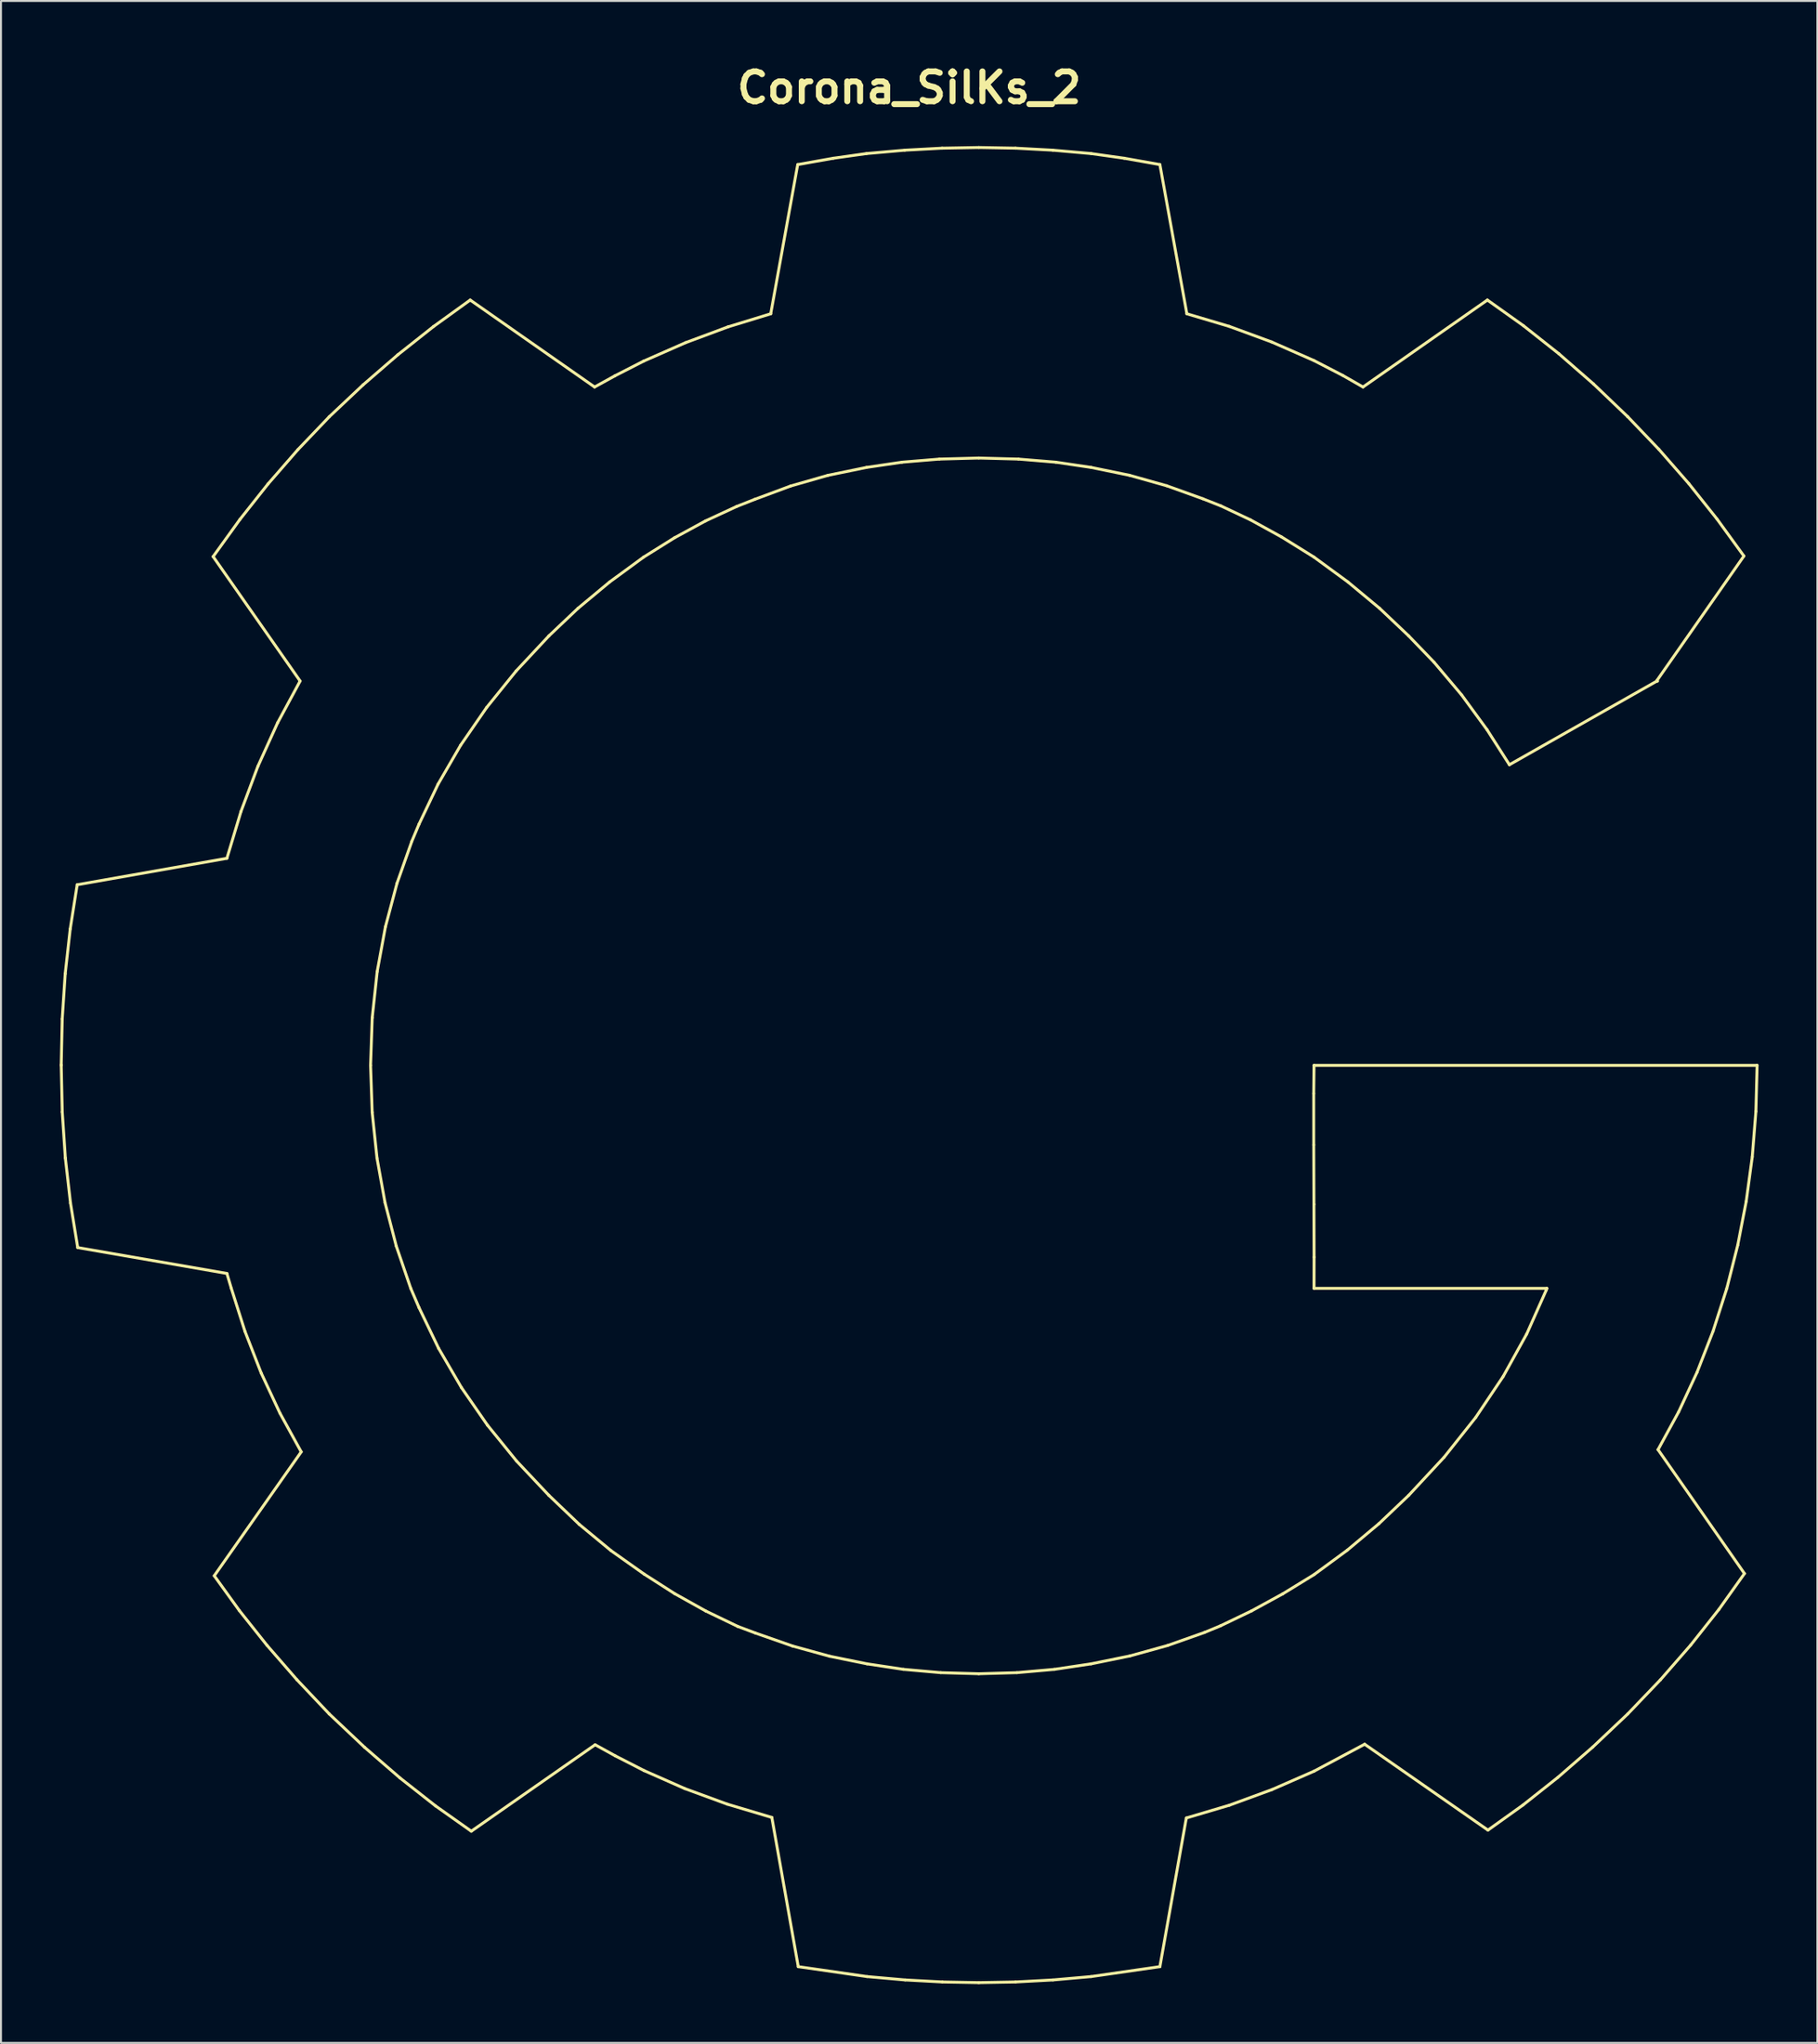
<source format=kicad_pcb>
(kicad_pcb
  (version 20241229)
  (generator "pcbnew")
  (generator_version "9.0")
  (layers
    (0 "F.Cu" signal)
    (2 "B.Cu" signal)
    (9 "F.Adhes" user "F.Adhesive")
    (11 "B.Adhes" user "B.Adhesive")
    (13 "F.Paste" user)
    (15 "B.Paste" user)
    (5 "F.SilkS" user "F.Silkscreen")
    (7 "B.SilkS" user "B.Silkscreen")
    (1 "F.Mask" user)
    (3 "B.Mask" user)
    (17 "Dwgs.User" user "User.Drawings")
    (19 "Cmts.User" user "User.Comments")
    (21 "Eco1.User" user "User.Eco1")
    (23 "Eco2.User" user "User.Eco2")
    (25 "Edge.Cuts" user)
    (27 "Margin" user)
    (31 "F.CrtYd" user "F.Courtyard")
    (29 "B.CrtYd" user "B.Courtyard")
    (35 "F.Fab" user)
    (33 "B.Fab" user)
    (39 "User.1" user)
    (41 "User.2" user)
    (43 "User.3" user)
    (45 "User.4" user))
  (footprint "Corona_SilKs_2"
    (layer "F.Cu")
    (at 43.339 51.278)
    (property "Reference" "Corona_SilKs_2" (at 0 -49.852 0) (layer "F.SilkS") (effects (font (size 1.524 1.524) (thickness 0.305))))
    (attr smd)
    (fp_line (start -43.265 -0.014) (end -43.214 -2.347) (stroke (width 0.149) (type solid)) (layer "F.SilkS"))
    (fp_line (start -43.265 0.014) (end -43.265 -0.014) (stroke (width 0.149) (type solid)) (layer "F.SilkS"))
    (fp_line (start -43.214 -2.347) (end -43.062 -4.655) (stroke (width 0.149) (type solid)) (layer "F.SilkS"))
    (fp_line (start -43.212 2.396) (end -43.265 0.014) (stroke (width 0.149) (type solid)) (layer "F.SilkS"))
    (fp_line (start -43.062 -4.655) (end -42.807 -6.939) (stroke (width 0.149) (type solid)) (layer "F.SilkS"))
    (fp_line (start -43.055 4.739) (end -43.212 2.396) (stroke (width 0.149) (type solid)) (layer "F.SilkS"))
    (fp_line (start -42.807 -6.939) (end -42.451 -9.198) (stroke (width 0.149) (type solid)) (layer "F.SilkS"))
    (fp_line (start -42.791 7.044) (end -43.055 4.739) (stroke (width 0.149) (type solid)) (layer "F.SilkS"))
    (fp_line (start -42.451 -9.198) (end -34.812 -10.546) (stroke (width 0.149) (type solid)) (layer "F.SilkS"))
    (fp_line (start -42.423 9.31) (end -42.791 7.044) (stroke (width 0.149) (type solid)) (layer "F.SilkS"))
    (fp_line (start -35.514 -25.937) (end -34.153 -27.825) (stroke (width 0.149) (type solid)) (layer "F.SilkS"))
    (fp_line (start -35.457 26.05) (end -31.02 19.73) (stroke (width 0.149) (type solid)) (layer "F.SilkS"))
    (fp_line (start -34.812 -10.546) (end -34.094 -12.933) (stroke (width 0.149) (type solid)) (layer "F.SilkS"))
    (fp_line (start -34.812 10.63) (end -42.423 9.31) (stroke (width 0.149) (type solid)) (layer "F.SilkS"))
    (fp_line (start -34.587 11.389) (end -34.812 10.63) (stroke (width 0.149) (type solid)) (layer "F.SilkS"))
    (fp_line (start -34.174 27.828) (end -35.457 26.05) (stroke (width 0.149) (type solid)) (layer "F.SilkS"))
    (fp_line (start -34.153 -27.825) (end -32.712 -29.644) (stroke (width 0.149) (type solid)) (layer "F.SilkS"))
    (fp_line (start -34.094 -12.933) (end -33.232 -15.236) (stroke (width 0.149) (type solid)) (layer "F.SilkS"))
    (fp_line (start -33.89 13.584) (end -34.587 11.389) (stroke (width 0.149) (type solid)) (layer "F.SilkS"))
    (fp_line (start -33.232 -15.236) (end -32.226 -17.455) (stroke (width 0.149) (type solid)) (layer "F.SilkS"))
    (fp_line (start -33.063 15.707) (end -33.89 13.584) (stroke (width 0.149) (type solid)) (layer "F.SilkS"))
    (fp_line (start -32.768 29.595) (end -34.174 27.828) (stroke (width 0.149) (type solid)) (layer "F.SilkS"))
    (fp_line (start -32.712 -29.644) (end -31.19 -31.392) (stroke (width 0.149) (type solid)) (layer "F.SilkS"))
    (fp_line (start -32.226 -17.455) (end -31.076 -19.589) (stroke (width 0.149) (type solid)) (layer "F.SilkS"))
    (fp_line (start -32.106 17.755) (end -33.063 15.707) (stroke (width 0.149) (type solid)) (layer "F.SilkS"))
    (fp_line (start -31.24 31.352) (end -32.768 29.595) (stroke (width 0.149) (type solid)) (layer "F.SilkS"))
    (fp_line (start -31.19 -31.392) (end -29.588 -33.07) (stroke (width 0.149) (type solid)) (layer "F.SilkS"))
    (fp_line (start -31.076 -19.589) (end -35.514 -25.937) (stroke (width 0.149) (type solid)) (layer "F.SilkS"))
    (fp_line (start -31.02 19.73) (end -32.106 17.755) (stroke (width 0.149) (type solid)) (layer "F.SilkS"))
    (fp_line (start -29.588 -33.07) (end -27.864 -34.696) (stroke (width 0.149) (type solid)) (layer "F.SilkS"))
    (fp_line (start -29.588 33.099) (end -31.24 31.352) (stroke (width 0.149) (type solid)) (layer "F.SilkS"))
    (fp_line (start -27.864 -34.696) (end -26.091 -36.23) (stroke (width 0.149) (type solid)) (layer "F.SilkS"))
    (fp_line (start -27.787 34.8) (end -29.588 33.099) (stroke (width 0.149) (type solid)) (layer "F.SilkS"))
    (fp_line (start -27.481 0.014) (end -27.399 2.41) (stroke (width 0.149) (type solid)) (layer "F.SilkS"))
    (fp_line (start -27.399 2.41) (end -27.153 4.746) (stroke (width 0.149) (type solid)) (layer "F.SilkS"))
    (fp_line (start -27.397 -2.411) (end -27.481 0.014) (stroke (width 0.149) (type solid)) (layer "F.SilkS"))
    (fp_line (start -27.153 4.746) (end -26.743 7.021) (stroke (width 0.149) (type solid)) (layer "F.SilkS"))
    (fp_line (start -27.144 -4.767) (end -27.397 -2.411) (stroke (width 0.149) (type solid)) (layer "F.SilkS"))
    (fp_line (start -26.743 7.021) (end -26.169 9.235) (stroke (width 0.149) (type solid)) (layer "F.SilkS"))
    (fp_line (start -26.723 -7.053) (end -27.144 -4.767) (stroke (width 0.149) (type solid)) (layer "F.SilkS"))
    (fp_line (start -26.169 9.235) (end -25.431 11.389) (stroke (width 0.149) (type solid)) (layer "F.SilkS"))
    (fp_line (start -26.133 -9.27) (end -26.723 -7.053) (stroke (width 0.149) (type solid)) (layer "F.SilkS"))
    (fp_line (start -26.091 -36.23) (end -24.269 -37.673) (stroke (width 0.149) (type solid)) (layer "F.SilkS"))
    (fp_line (start -25.979 36.364) (end -27.787 34.8) (stroke (width 0.149) (type solid)) (layer "F.SilkS"))
    (fp_line (start -25.431 11.389) (end -25.01 12.371) (stroke (width 0.149) (type solid)) (layer "F.SilkS"))
    (fp_line (start -25.375 -11.417) (end -26.133 -9.27) (stroke (width 0.149) (type solid)) (layer "F.SilkS"))
    (fp_line (start -25.01 -12.287) (end -25.375 -11.417) (stroke (width 0.149) (type solid)) (layer "F.SilkS"))
    (fp_line (start -25.01 12.371) (end -24.008 14.453) (stroke (width 0.149) (type solid)) (layer "F.SilkS"))
    (fp_line (start -24.269 -37.673) (end -22.398 -39.024) (stroke (width 0.149) (type solid)) (layer "F.SilkS"))
    (fp_line (start -24.164 37.791) (end -25.979 36.364) (stroke (width 0.149) (type solid)) (layer "F.SilkS"))
    (fp_line (start -24.035 -14.334) (end -25.01 -12.287) (stroke (width 0.149) (type solid)) (layer "F.SilkS"))
    (fp_line (start -24.008 14.453) (end -22.844 16.452) (stroke (width 0.149) (type solid)) (layer "F.SilkS"))
    (fp_line (start -22.884 -16.318) (end -24.035 -14.334) (stroke (width 0.149) (type solid)) (layer "F.SilkS"))
    (fp_line (start -22.844 16.452) (end -21.518 18.367) (stroke (width 0.149) (type solid)) (layer "F.SilkS"))
    (fp_line (start -22.398 -39.024) (end -16.051 -34.587) (stroke (width 0.149) (type solid)) (layer "F.SilkS"))
    (fp_line (start -22.342 39.08) (end -24.164 37.791) (stroke (width 0.149) (type solid)) (layer "F.SilkS"))
    (fp_line (start -21.559 -18.239) (end -22.884 -16.318) (stroke (width 0.149) (type solid)) (layer "F.SilkS"))
    (fp_line (start -21.518 18.367) (end -20.031 20.199) (stroke (width 0.149) (type solid)) (layer "F.SilkS"))
    (fp_line (start -20.058 -20.097) (end -21.559 -18.239) (stroke (width 0.149) (type solid)) (layer "F.SilkS"))
    (fp_line (start -20.031 20.199) (end -18.382 21.949) (stroke (width 0.149) (type solid)) (layer "F.SilkS"))
    (fp_line (start -18.382 -21.892) (end -20.058 -20.097) (stroke (width 0.149) (type solid)) (layer "F.SilkS"))
    (fp_line (start -18.382 21.949) (end -16.831 23.431) (stroke (width 0.149) (type solid)) (layer "F.SilkS"))
    (fp_line (start -16.896 -23.3) (end -18.382 -21.892) (stroke (width 0.149) (type solid)) (layer "F.SilkS"))
    (fp_line (start -16.831 23.431) (end -15.211 24.77) (stroke (width 0.149) (type solid)) (layer "F.SilkS"))
    (fp_line (start -16.051 -34.587) (end -15.018 -35.156) (stroke (width 0.149) (type solid)) (layer "F.SilkS"))
    (fp_line (start -16.023 34.67) (end -22.342 39.08) (stroke (width 0.149) (type solid)) (layer "F.SilkS"))
    (fp_line (start -15.286 -24.639) (end -16.896 -23.3) (stroke (width 0.149) (type solid)) (layer "F.SilkS"))
    (fp_line (start -15.211 24.77) (end -13.523 25.965) (stroke (width 0.149) (type solid)) (layer "F.SilkS"))
    (fp_line (start -15.018 -35.156) (end -13.551 -35.907) (stroke (width 0.149) (type solid)) (layer "F.SilkS"))
    (fp_line (start -14.99 35.239) (end -16.023 34.67) (stroke (width 0.149) (type solid)) (layer "F.SilkS"))
    (fp_line (start -13.551 -35.907) (end -11.407 -36.849) (stroke (width 0.149) (type solid)) (layer "F.SilkS"))
    (fp_line (start -13.551 -25.909) (end -15.286 -24.639) (stroke (width 0.149) (type solid)) (layer "F.SilkS"))
    (fp_line (start -13.523 25.965) (end -11.969 26.96) (stroke (width 0.149) (type solid)) (layer "F.SilkS"))
    (fp_line (start -13.523 35.99) (end -14.99 35.239) (stroke (width 0.149) (type solid)) (layer "F.SilkS"))
    (fp_line (start -11.975 -26.895) (end -13.551 -25.909) (stroke (width 0.149) (type solid)) (layer "F.SilkS"))
    (fp_line (start -11.969 26.96) (end -10.377 27.849) (stroke (width 0.149) (type solid)) (layer "F.SilkS"))
    (fp_line (start -11.451 36.905) (end -13.523 35.99) (stroke (width 0.149) (type solid)) (layer "F.SilkS"))
    (fp_line (start -11.407 -36.849) (end -9.245 -37.654) (stroke (width 0.149) (type solid)) (layer "F.SilkS"))
    (fp_line (start -10.393 -27.756) (end -11.975 -26.895) (stroke (width 0.149) (type solid)) (layer "F.SilkS"))
    (fp_line (start -10.377 27.849) (end -8.749 28.633) (stroke (width 0.149) (type solid)) (layer "F.SilkS"))
    (fp_line (start -9.279 37.701) (end -11.451 36.905) (stroke (width 0.149) (type solid)) (layer "F.SilkS"))
    (fp_line (start -9.245 -37.654) (end -7.063 -38.322) (stroke (width 0.149) (type solid)) (layer "F.SilkS"))
    (fp_line (start -8.805 -28.492) (end -10.393 -27.756) (stroke (width 0.149) (type solid)) (layer "F.SilkS"))
    (fp_line (start -8.749 28.633) (end -7.85 28.97) (stroke (width 0.149) (type solid)) (layer "F.SilkS"))
    (fp_line (start -7.878 -28.857) (end -8.805 -28.492) (stroke (width 0.149) (type solid)) (layer "F.SilkS"))
    (fp_line (start -7.85 28.97) (end -5.956 29.632) (stroke (width 0.149) (type solid)) (layer "F.SilkS"))
    (fp_line (start -7.063 -38.322) (end -5.687 -45.933) (stroke (width 0.149) (type solid)) (layer "F.SilkS"))
    (fp_line (start -7.007 38.378) (end -9.279 37.701) (stroke (width 0.149) (type solid)) (layer "F.SilkS"))
    (fp_line (start -6.046 -29.538) (end -7.878 -28.857) (stroke (width 0.149) (type solid)) (layer "F.SilkS"))
    (fp_line (start -5.956 29.632) (end -4.055 30.156) (stroke (width 0.149) (type solid)) (layer "F.SilkS"))
    (fp_line (start -5.687 -45.933) (end -3.869 -46.256) (stroke (width 0.149) (type solid)) (layer "F.SilkS"))
    (fp_line (start -5.659 45.989) (end -7.007 38.378) (stroke (width 0.149) (type solid)) (layer "F.SilkS"))
    (fp_line (start -4.146 -30.081) (end -6.046 -29.538) (stroke (width 0.149) (type solid)) (layer "F.SilkS"))
    (fp_line (start -4.055 30.156) (end -2.149 30.543) (stroke (width 0.149) (type solid)) (layer "F.SilkS"))
    (fp_line (start -3.869 -46.256) (end -2.177 -46.495) (stroke (width 0.149) (type solid)) (layer "F.SilkS"))
    (fp_line (start -2.177 -46.495) (end -0.229 -46.667) (stroke (width 0.149) (type solid)) (layer "F.SilkS"))
    (fp_line (start -2.177 -30.486) (end -4.146 -30.081) (stroke (width 0.149) (type solid)) (layer "F.SilkS"))
    (fp_line (start -2.149 30.543) (end -0.292 30.824) (stroke (width 0.149) (type solid)) (layer "F.SilkS"))
    (fp_line (start -2.149 46.495) (end -5.659 45.989) (stroke (width 0.149) (type solid)) (layer "F.SilkS"))
    (fp_line (start -0.367 -30.752) (end -2.177 -30.486) (stroke (width 0.149) (type solid)) (layer "F.SilkS"))
    (fp_line (start -0.292 30.824) (end 1.609 30.992) (stroke (width 0.149) (type solid)) (layer "F.SilkS"))
    (fp_line (start -0.229 -46.667) (end 1.68 -46.77) (stroke (width 0.149) (type solid)) (layer "F.SilkS"))
    (fp_line (start -0.204 46.667) (end -2.149 46.495) (stroke (width 0.149) (type solid)) (layer "F.SilkS"))
    (fp_line (start 1.543 -30.911) (end -0.367 -30.752) (stroke (width 0.149) (type solid)) (layer "F.SilkS"))
    (fp_line (start 1.609 30.992) (end 3.553 31.048) (stroke (width 0.149) (type solid)) (layer "F.SilkS"))
    (fp_line (start 1.68 -46.77) (end 3.553 -46.804) (stroke (width 0.149) (type solid)) (layer "F.SilkS"))
    (fp_line (start 1.696 46.77) (end -0.204 46.667) (stroke (width 0.149) (type solid)) (layer "F.SilkS"))
    (fp_line (start 3.553 -46.804) (end 5.425 -46.77) (stroke (width 0.149) (type solid)) (layer "F.SilkS"))
    (fp_line (start 3.553 -30.964) (end 1.543 -30.911) (stroke (width 0.149) (type solid)) (layer "F.SilkS"))
    (fp_line (start 3.553 31.048) (end 5.5 30.992) (stroke (width 0.149) (type solid)) (layer "F.SilkS"))
    (fp_line (start 3.553 46.804) (end 1.696 46.77) (stroke (width 0.149) (type solid)) (layer "F.SilkS"))
    (fp_line (start 5.425 -46.77) (end 7.335 -46.667) (stroke (width 0.149) (type solid)) (layer "F.SilkS"))
    (fp_line (start 5.425 46.77) (end 3.553 46.804) (stroke (width 0.149) (type solid)) (layer "F.SilkS"))
    (fp_line (start 5.5 30.992) (end 7.41 30.824) (stroke (width 0.149) (type solid)) (layer "F.SilkS"))
    (fp_line (start 5.575 -30.911) (end 3.553 -30.964) (stroke (width 0.149) (type solid)) (layer "F.SilkS"))
    (fp_line (start 7.335 -46.667) (end 9.282 -46.495) (stroke (width 0.149) (type solid)) (layer "F.SilkS"))
    (fp_line (start 7.335 46.667) (end 5.425 46.77) (stroke (width 0.149) (type solid)) (layer "F.SilkS"))
    (fp_line (start 7.41 30.824) (end 9.282 30.543) (stroke (width 0.149) (type solid)) (layer "F.SilkS"))
    (fp_line (start 7.485 -30.752) (end 5.575 -30.911) (stroke (width 0.149) (type solid)) (layer "F.SilkS"))
    (fp_line (start 9.282 -46.495) (end 10.974 -46.256) (stroke (width 0.149) (type solid)) (layer "F.SilkS"))
    (fp_line (start 9.282 -30.486) (end 7.485 -30.752) (stroke (width 0.149) (type solid)) (layer "F.SilkS"))
    (fp_line (start 9.282 30.543) (end 11.261 30.14) (stroke (width 0.149) (type solid)) (layer "F.SilkS"))
    (fp_line (start 9.282 46.495) (end 7.335 46.667) (stroke (width 0.149) (type solid)) (layer "F.SilkS"))
    (fp_line (start 10.974 -46.256) (end 12.793 -45.933) (stroke (width 0.149) (type solid)) (layer "F.SilkS"))
    (fp_line (start 11.239 -30.084) (end 9.282 -30.486) (stroke (width 0.149) (type solid)) (layer "F.SilkS"))
    (fp_line (start 11.261 30.14) (end 13.189 29.606) (stroke (width 0.149) (type solid)) (layer "F.SilkS"))
    (fp_line (start 12.793 -45.933) (end 14.169 -38.322) (stroke (width 0.149) (type solid)) (layer "F.SilkS"))
    (fp_line (start 12.793 45.989) (end 9.282 46.495) (stroke (width 0.149) (type solid)) (layer "F.SilkS"))
    (fp_line (start 13.139 -29.55) (end 11.239 -30.084) (stroke (width 0.149) (type solid)) (layer "F.SilkS"))
    (fp_line (start 13.189 29.606) (end 15.068 28.942) (stroke (width 0.149) (type solid)) (layer "F.SilkS"))
    (fp_line (start 14.141 38.406) (end 12.793 45.989) (stroke (width 0.149) (type solid)) (layer "F.SilkS"))
    (fp_line (start 14.169 -38.322) (end 16.325 -37.682) (stroke (width 0.149) (type solid)) (layer "F.SilkS"))
    (fp_line (start 14.983 -28.886) (end 13.139 -29.55) (stroke (width 0.149) (type solid)) (layer "F.SilkS"))
    (fp_line (start 15.068 28.942) (end 15.882 28.605) (stroke (width 0.149) (type solid)) (layer "F.SilkS"))
    (fp_line (start 15.882 28.605) (end 17.474 27.84) (stroke (width 0.149) (type solid)) (layer "F.SilkS"))
    (fp_line (start 15.91 -28.52) (end 14.983 -28.886) (stroke (width 0.149) (type solid)) (layer "F.SilkS"))
    (fp_line (start 16.325 -37.682) (end 18.488 -36.887) (stroke (width 0.149) (type solid)) (layer "F.SilkS"))
    (fp_line (start 16.338 37.754) (end 14.141 38.406) (stroke (width 0.149) (type solid)) (layer "F.SilkS"))
    (fp_line (start 17.424 -27.806) (end 15.91 -28.52) (stroke (width 0.149) (type solid)) (layer "F.SilkS"))
    (fp_line (start 17.474 27.84) (end 19.065 26.97) (stroke (width 0.149) (type solid)) (layer "F.SilkS"))
    (fp_line (start 18.488 -36.887) (end 20.657 -35.935) (stroke (width 0.149) (type solid)) (layer "F.SilkS"))
    (fp_line (start 18.51 36.958) (end 16.338 37.754) (stroke (width 0.149) (type solid)) (layer "F.SilkS"))
    (fp_line (start 19.006 -26.935) (end 17.424 -27.806) (stroke (width 0.149) (type solid)) (layer "F.SilkS"))
    (fp_line (start 19.065 26.97) (end 20.657 25.993) (stroke (width 0.149) (type solid)) (layer "F.SilkS"))
    (fp_line (start 20.641 1.449) (end 20.657 0.014) (stroke (width 0.149) (type solid)) (layer "F.SilkS"))
    (fp_line (start 20.642 4.067) (end 20.641 1.449) (stroke (width 0.149) (type solid)) (layer "F.SilkS"))
    (fp_line (start 20.652 7.104) (end 20.642 4.067) (stroke (width 0.149) (type solid)) (layer "F.SilkS"))
    (fp_line (start 20.657 -35.935) (end 22.124 -35.177) (stroke (width 0.149) (type solid)) (layer "F.SilkS"))
    (fp_line (start 20.657 -25.909) (end 19.006 -26.935) (stroke (width 0.149) (type solid)) (layer "F.SilkS"))
    (fp_line (start 20.657 25.993) (end 22.354 24.745) (stroke (width 0.149) (type solid)) (layer "F.SilkS"))
    (fp_line (start 20.657 11.389) (end 20.66 9.799) (stroke (width 0.149) (type solid)) (layer "F.SilkS"))
    (fp_line (start 20.657 0.014) (end 43.265 0.014) (stroke (width 0.149) (type solid)) (layer "F.SilkS"))
    (fp_line (start 20.657 36.019) (end 18.51 36.958) (stroke (width 0.149) (type solid)) (layer "F.SilkS"))
    (fp_line (start 20.66 9.799) (end 20.652 7.104) (stroke (width 0.149) (type solid)) (layer "F.SilkS"))
    (fp_line (start 22.124 -35.177) (end 23.156 -34.587) (stroke (width 0.149) (type solid)) (layer "F.SilkS"))
    (fp_line (start 22.354 24.745) (end 23.965 23.397) (stroke (width 0.149) (type solid)) (layer "F.SilkS"))
    (fp_line (start 22.392 -24.638) (end 20.657 -25.909) (stroke (width 0.149) (type solid)) (layer "F.SilkS"))
    (fp_line (start 23.156 -34.587) (end 29.503 -39.024) (stroke (width 0.149) (type solid)) (layer "F.SilkS"))
    (fp_line (start 23.24 34.643) (end 20.657 36.019) (stroke (width 0.149) (type solid)) (layer "F.SilkS"))
    (fp_line (start 23.965 23.397) (end 25.487 21.949) (stroke (width 0.149) (type solid)) (layer "F.SilkS"))
    (fp_line (start 24.002 -23.3) (end 22.392 -24.638) (stroke (width 0.149) (type solid)) (layer "F.SilkS"))
    (fp_line (start 25.487 -21.892) (end 24.002 -23.3) (stroke (width 0.149) (type solid)) (layer "F.SilkS"))
    (fp_line (start 25.487 21.949) (end 27.296 20.002) (stroke (width 0.149) (type solid)) (layer "F.SilkS"))
    (fp_line (start 26.779 -20.551) (end 25.487 -21.892) (stroke (width 0.149) (type solid)) (layer "F.SilkS"))
    (fp_line (start 27.296 20.002) (end 28.902 17.981) (stroke (width 0.149) (type solid)) (layer "F.SilkS"))
    (fp_line (start 28.183 -18.887) (end 26.779 -20.551) (stroke (width 0.149) (type solid)) (layer "F.SilkS"))
    (fp_line (start 28.902 17.981) (end 30.307 15.886) (stroke (width 0.149) (type solid)) (layer "F.SilkS"))
    (fp_line (start 29.482 -17.111) (end 28.183 -18.887) (stroke (width 0.149) (type solid)) (layer "F.SilkS"))
    (fp_line (start 29.503 -39.024) (end 31.341 -37.715) (stroke (width 0.149) (type solid)) (layer "F.SilkS"))
    (fp_line (start 29.532 39.024) (end 23.24 34.643) (stroke (width 0.149) (type solid)) (layer "F.SilkS"))
    (fp_line (start 30.307 15.886) (end 31.509 13.717) (stroke (width 0.149) (type solid)) (layer "F.SilkS"))
    (fp_line (start 30.627 -15.32) (end 29.482 -17.111) (stroke (width 0.149) (type solid)) (layer "F.SilkS"))
    (fp_line (start 31.315 37.748) (end 29.532 39.024) (stroke (width 0.149) (type solid)) (layer "F.SilkS"))
    (fp_line (start 31.341 -37.715) (end 33.147 -36.286) (stroke (width 0.149) (type solid)) (layer "F.SilkS"))
    (fp_line (start 31.509 13.717) (end 32.509 11.473) (stroke (width 0.149) (type solid)) (layer "F.SilkS"))
    (fp_line (start 32.509 11.473) (end 32.537 11.389) (stroke (width 0.149) (type solid)) (layer "F.SilkS"))
    (fp_line (start 32.537 11.389) (end 20.657 11.389) (stroke (width 0.149) (type solid)) (layer "F.SilkS"))
    (fp_line (start 33.098 36.335) (end 31.315 37.748) (stroke (width 0.149) (type solid)) (layer "F.SilkS"))
    (fp_line (start 33.147 -36.286) (end 34.922 -34.738) (stroke (width 0.149) (type solid)) (layer "F.SilkS"))
    (fp_line (start 34.882 34.785) (end 33.098 36.335) (stroke (width 0.149) (type solid)) (layer "F.SilkS"))
    (fp_line (start 34.922 -34.738) (end 36.665 -33.07) (stroke (width 0.149) (type solid)) (layer "F.SilkS"))
    (fp_line (start 36.665 -33.07) (end 36.665 -33.07) (stroke (width 0.149) (type solid)) (layer "F.SilkS"))
    (fp_line (start 36.665 -33.07) (end 38.257 -31.404) (stroke (width 0.149) (type solid)) (layer "F.SilkS"))
    (fp_line (start 36.665 33.098) (end 34.882 34.785) (stroke (width 0.149) (type solid)) (layer "F.SilkS"))
    (fp_line (start 38.154 -19.617) (end 38.182 -19.589) (stroke (width 0.149) (type solid)) (layer "F.SilkS"))
    (fp_line (start 38.154 -19.589) (end 30.627 -15.32) (stroke (width 0.149) (type solid)) (layer "F.SilkS"))
    (fp_line (start 38.182 -19.589) (end 38.154 -19.589) (stroke (width 0.149) (type solid)) (layer "F.SilkS"))
    (fp_line (start 38.21 19.617) (end 42.619 25.937) (stroke (width 0.149) (type solid)) (layer "F.SilkS"))
    (fp_line (start 38.257 -31.404) (end 39.776 -29.665) (stroke (width 0.149) (type solid)) (layer "F.SilkS"))
    (fp_line (start 38.333 31.355) (end 36.665 33.098) (stroke (width 0.149) (type solid)) (layer "F.SilkS"))
    (fp_line (start 39.261 17.692) (end 38.21 19.617) (stroke (width 0.149) (type solid)) (layer "F.SilkS"))
    (fp_line (start 39.776 -29.665) (end 41.22 -27.852) (stroke (width 0.149) (type solid)) (layer "F.SilkS"))
    (fp_line (start 39.881 29.58) (end 38.333 31.355) (stroke (width 0.149) (type solid)) (layer "F.SilkS"))
    (fp_line (start 40.197 15.679) (end 39.261 17.692) (stroke (width 0.149) (type solid)) (layer "F.SilkS"))
    (fp_line (start 41.017 13.577) (end 40.197 15.679) (stroke (width 0.149) (type solid)) (layer "F.SilkS"))
    (fp_line (start 41.22 -27.852) (end 42.591 -25.965) (stroke (width 0.149) (type solid)) (layer "F.SilkS"))
    (fp_line (start 41.31 27.774) (end 39.881 29.58) (stroke (width 0.149) (type solid)) (layer "F.SilkS"))
    (fp_line (start 41.72 11.388) (end 41.017 13.577) (stroke (width 0.149) (type solid)) (layer "F.SilkS"))
    (fp_line (start 42.276 9.19) (end 41.72 11.388) (stroke (width 0.149) (type solid)) (layer "F.SilkS"))
    (fp_line (start 42.591 -25.965) (end 38.154 -19.617) (stroke (width 0.149) (type solid)) (layer "F.SilkS"))
    (fp_line (start 42.619 25.937) (end 41.31 27.774) (stroke (width 0.149) (type solid)) (layer "F.SilkS"))
    (fp_line (start 42.709 6.953) (end 42.276 9.19) (stroke (width 0.149) (type solid)) (layer "F.SilkS"))
    (fp_line (start 43.018 4.678) (end 42.709 6.953) (stroke (width 0.149) (type solid)) (layer "F.SilkS"))
    (fp_line (start 43.203 2.365) (end 43.018 4.678) (stroke (width 0.149) (type solid)) (layer "F.SilkS"))
    (fp_line (start 43.265 0.014) (end 43.203 2.365) (stroke (width 0.149) (type solid)) (layer "F.SilkS")))
  (gr_rect
    (start -3 -3)
    (end 89.679 101.156)
    (stroke (width 0.1) (type default))
    (fill no)
    (layer "Edge.Cuts")))
</source>
